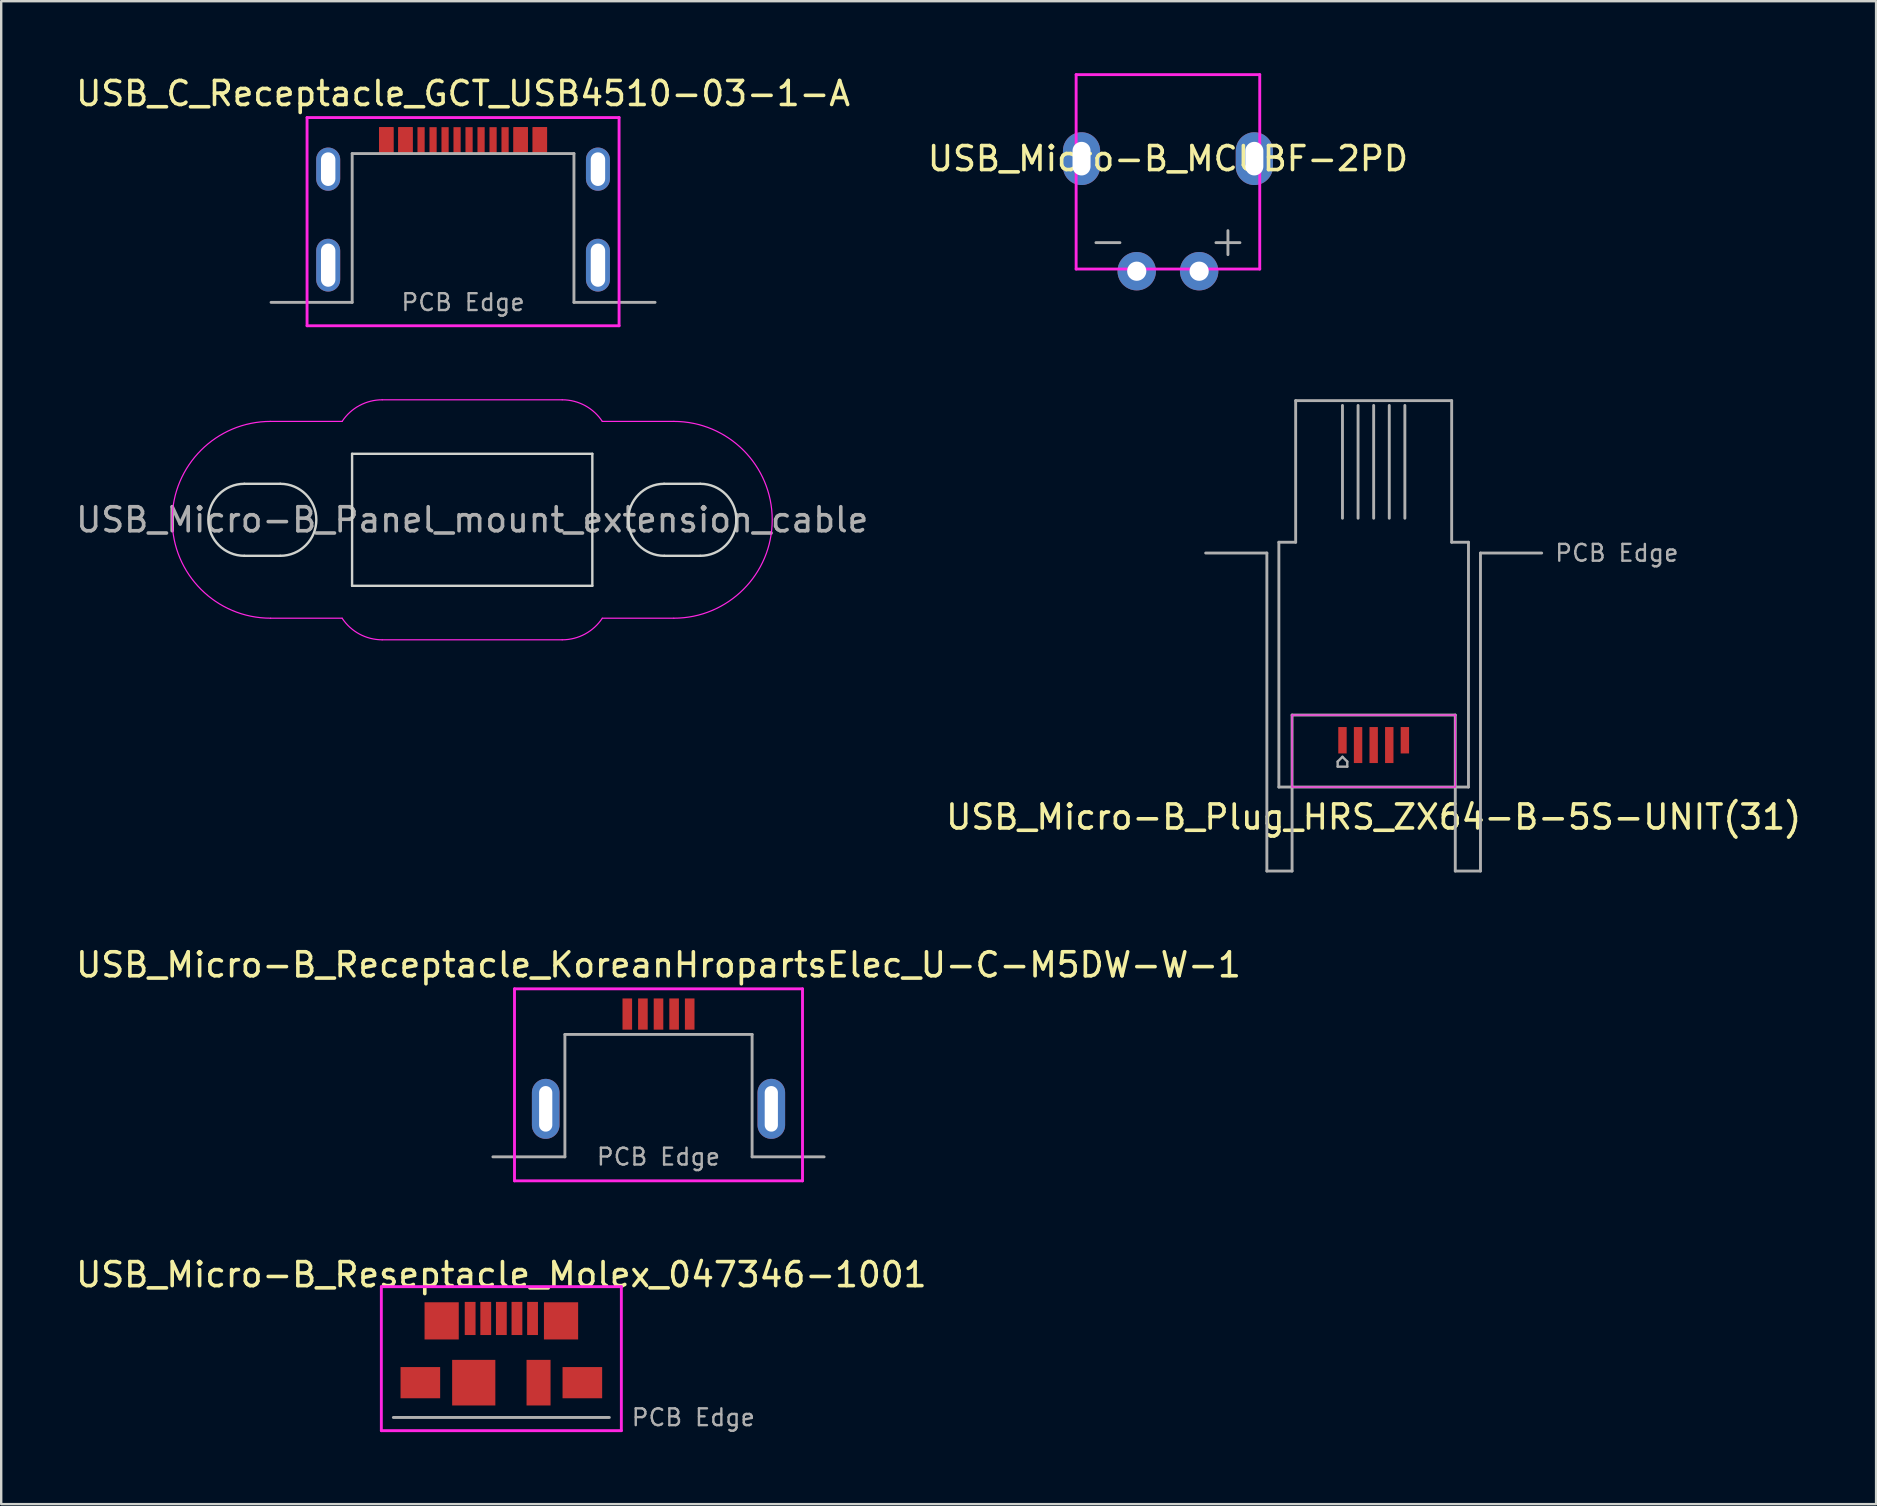
<source format=kicad_pcb>
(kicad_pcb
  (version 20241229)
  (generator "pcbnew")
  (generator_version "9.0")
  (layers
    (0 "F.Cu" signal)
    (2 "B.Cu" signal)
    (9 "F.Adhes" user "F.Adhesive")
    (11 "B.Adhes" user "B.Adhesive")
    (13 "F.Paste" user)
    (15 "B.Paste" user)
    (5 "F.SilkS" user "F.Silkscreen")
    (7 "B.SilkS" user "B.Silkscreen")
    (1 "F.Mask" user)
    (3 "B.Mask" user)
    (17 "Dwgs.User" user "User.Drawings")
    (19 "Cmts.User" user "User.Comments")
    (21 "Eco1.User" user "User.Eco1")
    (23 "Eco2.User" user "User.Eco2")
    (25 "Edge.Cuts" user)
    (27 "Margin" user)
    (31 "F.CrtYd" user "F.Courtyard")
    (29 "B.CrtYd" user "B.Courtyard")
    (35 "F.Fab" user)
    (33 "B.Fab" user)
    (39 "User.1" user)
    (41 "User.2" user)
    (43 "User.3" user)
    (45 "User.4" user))
  (footprint "USB_Micro-B_Reseptacle_Molex_047346-1001"
    (layer "F.Cu")
    (at 17.839 54.56)
    (property "Reference" "USB_Micro-B_Reseptacle_Molex_047346-1001" (at 0 -4.5 0) (layer "F.SilkS") (effects (font (size 1 1) (thickness 0.15))))
    (attr through_hole)
    (fp_line (start -5 -4) (end 5 -4) (stroke (width 0.12) (type solid)) (layer "F.CrtYd"))
    (fp_line (start -5 2) (end -5 -4) (stroke (width 0.12) (type solid)) (layer "F.CrtYd"))
    (fp_line (start 5 -4) (end 5 2) (stroke (width 0.12) (type solid)) (layer "F.CrtYd"))
    (fp_line (start 5 2) (end -5 2) (stroke (width 0.12) (type solid)) (layer "F.CrtYd"))
    (fp_line (start -4.5 1.45) (end 4.5 1.45) (stroke (width 0.12) (type solid)) (layer "F.Fab"))
    (fp_text user "PCB Edge" (at 8 1.45 0) (layer "F.Fab") (effects (font (size 0.7 0.7) (thickness 0.1))))
    (pad "1" smd rect (at -1.3 -2.675) (size 0.45 1.38) (layers "F.Cu" "F.Mask" "F.Paste"))
    (pad "2" smd rect (at -0.65 -2.675) (size 0.45 1.38) (layers "F.Cu" "F.Mask" "F.Paste"))
    (pad "3" smd rect (at 0 -2.675) (size 0.45 1.38) (layers "F.Cu" "F.Mask" "F.Paste"))
    (pad "4" smd rect (at 0.65 -2.675) (size 0.45 1.38) (layers "F.Cu" "F.Mask" "F.Paste"))
    (pad "5" smd rect (at 1.3 -2.675) (size 0.45 1.38) (layers "F.Cu" "F.Mask" "F.Paste"))
    (pad "6" smd rect (at -3.375 0) (size 1.65 1.3) (layers "F.Cu" "F.Mask" "F.Paste"))
    (pad "6" smd rect (at -2.487 -2.575) (size 1.425 1.55) (layers "F.Cu" "F.Mask" "F.Paste"))
    (pad "6" smd rect (at -1.15 0) (size 1.8 1.9) (layers "F.Cu" "F.Mask" "F.Paste"))
    (pad "6" smd rect (at 1.55 0) (size 1 1.9) (layers "F.Cu" "F.Mask" "F.Paste"))
    (pad "6" smd rect (at 2.487 -2.575) (size 1.425 1.55) (layers "F.Cu" "F.Mask" "F.Paste"))
    (pad "6" smd rect (at 3.375 0) (size 1.65 1.3) (layers "F.Cu" "F.Mask" "F.Paste")))
  (footprint "USB_Micro-B_Panel_mount_extension_cable"
    (layer "F.Cu")
    (at 16.625 18.608)
    (property "Reference" "USB_Micro-B_Panel_mount_extension_cable" (at 0 0 0) (layer "F.Fab") (effects (font (size 1 1) (thickness 0.15))))
    (attr through_hole)
    (fp_line (start -7.995 -1.5) (end -9.495 -1.5) (stroke (width 0.1) (type solid)) (layer "Edge.Cuts"))
    (fp_line (start -7.995 1.5) (end -9.495 1.5) (stroke (width 0.1) (type solid)) (layer "Edge.Cuts"))
    (fp_line (start -5.005 -2.75) (end -5.005 2.75) (stroke (width 0.1) (type solid)) (layer "Edge.Cuts"))
    (fp_line (start -5.005 2.75) (end 5.005 2.75) (stroke (width 0.1) (type solid)) (layer "Edge.Cuts"))
    (fp_line (start 5.005 -2.75) (end -5.005 -2.75) (stroke (width 0.1) (type solid)) (layer "Edge.Cuts"))
    (fp_line (start 5.005 -2.75) (end 5.005 2.75) (stroke (width 0.1) (type solid)) (layer "Edge.Cuts"))
    (fp_line (start 7.995 -1.5) (end 9.505 -1.5) (stroke (width 0.1) (type solid)) (layer "Edge.Cuts"))
    (fp_line (start 9.505 1.5) (end 8.005 1.5) (stroke (width 0.1) (type solid)) (layer "Edge.Cuts"))
    (fp_arc (start -9.495 1.5) (mid -10.995 0) (end -9.495 -1.5) (stroke (width 0.1) (type solid)) (layer "Edge.Cuts"))
    (fp_arc (start -7.995 -1.5) (mid -6.495 0) (end -7.995 1.5) (stroke (width 0.1) (type solid)) (layer "Edge.Cuts"))
    (fp_arc (start 8.004999 1.500032) (mid 6.504976 0.004999) (end 7.995001 -1.499999) (stroke (width 0.1) (type solid)) (layer "Edge.Cuts"))
    (fp_arc (start 9.505 -1.5) (mid 11.005 0) (end 9.505 1.5) (stroke (width 0.1) (type solid)) (layer "Edge.Cuts"))
    (fp_line (start -8.4 -4.1) (end -5.42 -4.1) (stroke (width 0.05) (type solid)) (layer "F.CrtYd"))
    (fp_line (start -8.4 4.1) (end -5.42 4.1) (stroke (width 0.05) (type solid)) (layer "F.CrtYd"))
    (fp_line (start -3.75 -5) (end 3.75 -5) (stroke (width 0.05) (type solid)) (layer "F.CrtYd"))
    (fp_line (start -3.75 5) (end 3.75 5) (stroke (width 0.05) (type solid)) (layer "F.CrtYd"))
    (fp_line (start 8.4 -4.1) (end 5.42 -4.1) (stroke (width 0.05) (type solid)) (layer "F.CrtYd"))
    (fp_line (start 8.4 4.1) (end 5.42 4.1) (stroke (width 0.05) (type solid)) (layer "F.CrtYd"))
    (fp_arc (start -8.4 4.1) (mid -12.5 0) (end -8.4 -4.1) (stroke (width 0.05) (type solid)) (layer "F.CrtYd"))
    (fp_arc (start -5.419696 -4.100961) (mid -4.698177 -4.760955) (end -3.75 -5) (stroke (width 0.05) (type solid)) (layer "F.CrtYd"))
    (fp_arc (start -3.751151 4.999999) (mid -4.69919 4.760408) (end -5.420329 4.1) (stroke (width 0.05) (type solid)) (layer "F.CrtYd"))
    (fp_arc (start 3.751151 -4.999999) (mid 4.69919 -4.760408) (end 5.420329 -4.1) (stroke (width 0.05) (type solid)) (layer "F.CrtYd"))
    (fp_arc (start 5.419696 4.100961) (mid 4.698177 4.760955) (end 3.75 5) (stroke (width 0.05) (type solid)) (layer "F.CrtYd"))
    (fp_arc (start 8.4 -4.1) (mid 12.5 0) (end 8.4 4.1) (stroke (width 0.05) (type solid)) (layer "F.CrtYd")))
  (footprint "USB_Micro-B_Receptacle_KoreanHropartsElec_U-C-M5DW-W-1"
    (layer "F.Cu")
    (at 24.387 43.151)
    (property "Reference" "USB_Micro-B_Receptacle_KoreanHropartsElec_U-C-M5DW-W-1" (at 0 -6 0) (layer "F.SilkS") (effects (font (size 1 1) (thickness 0.15))))
    (attr smd)
    (fp_line (start -6 -5) (end 6 -5) (stroke (width 0.12) (type solid)) (layer "F.CrtYd"))
    (fp_line (start -6 3) (end -6 -5) (stroke (width 0.12) (type solid)) (layer "F.CrtYd"))
    (fp_line (start 6 -5) (end 6 3) (stroke (width 0.12) (type solid)) (layer "F.CrtYd"))
    (fp_line (start 6 3) (end -6 3) (stroke (width 0.12) (type solid)) (layer "F.CrtYd"))
    (fp_line (start -6.9 2) (end -3.9 2) (stroke (width 0.12) (type solid)) (layer "F.Fab"))
    (fp_line (start -3.9 -3.1) (end 3.9 -3.1) (stroke (width 0.12) (type solid)) (layer "F.Fab"))
    (fp_line (start -3.9 2) (end -3.9 -3.1) (stroke (width 0.12) (type solid)) (layer "F.Fab"))
    (fp_line (start 3.9 2) (end 3.9 -3.1) (stroke (width 0.12) (type solid)) (layer "F.Fab"))
    (fp_line (start 6.9 2) (end 3.9 2) (stroke (width 0.12) (type solid)) (layer "F.Fab"))
    (fp_text user "PCB Edge" (at 0 2 0) (layer "F.Fab") (effects (font (size 0.7 0.7) (thickness 0.1))))
    (pad "1" smd rect (at -1.3 -3.95) (size 0.4 1.3) (layers "F.Cu" "F.Mask" "F.Paste"))
    (pad "2" smd rect (at -0.65 -3.95) (size 0.4 1.3) (layers "F.Cu" "F.Mask" "F.Paste"))
    (pad "3" smd rect (at 0 -3.95) (size 0.4 1.3) (layers "F.Cu" "F.Mask" "F.Paste"))
    (pad "4" smd rect (at 0.65 -3.95) (size 0.4 1.3) (layers "F.Cu" "F.Mask" "F.Paste"))
    (pad "5" smd rect (at 1.3 -3.95) (size 0.4 1.3) (layers "F.Cu" "F.Mask" "F.Paste"))
    (pad "6" thru_hole oval (at -4.7 0) (size 1.15 2.5) (drill oval 0.55 1.9) (layers "*.Cu" "*.Mask"))
    (pad "6" thru_hole oval (at 4.7 0) (size 1.15 2.5) (drill oval 0.55 1.9) (layers "*.Cu" "*.Mask")))
  (footprint "USB_Micro-B_Plug_HRS_ZX64-B-5S-UNIT(31)"
    (layer "F.Cu")
    (at 54.185 27.993)
    (property "Reference" "USB_Micro-B_Plug_HRS_ZX64-B-5S-UNIT(31)" (at 0 3 0) (layer "F.SilkS") (effects (font (size 1 1) (thickness 0.15))))
    (attr smd)
    (fp_line (start -3.4 -1.25) (end 3.4 -1.25) (stroke (width 0.05) (type solid)) (layer "F.CrtYd"))
    (fp_line (start -3.4 1.75) (end -3.4 -1.25) (stroke (width 0.05) (type solid)) (layer "F.CrtYd"))
    (fp_line (start -3.4 1.75) (end 3.4 1.75) (stroke (width 0.05) (type solid)) (layer "F.CrtYd"))
    (fp_line (start 3.4 -1.25) (end 3.4 1.75) (stroke (width 0.05) (type solid)) (layer "F.CrtYd"))
    (fp_line (start -7 -8) (end -4.45 -8) (stroke (width 0.12) (type solid)) (layer "F.Fab"))
    (fp_line (start -4.45 -8) (end -4.45 5.25) (stroke (width 0.12) (type solid)) (layer "F.Fab"))
    (fp_line (start -4.45 5.25) (end -3.4 5.25) (stroke (width 0.12) (type solid)) (layer "F.Fab"))
    (fp_line (start -3.95 -8.45) (end -3.25 -8.45) (stroke (width 0.12) (type solid)) (layer "F.Fab"))
    (fp_line (start -3.95 1.75) (end -3.95 -8.45) (stroke (width 0.12) (type solid)) (layer "F.Fab"))
    (fp_line (start -3.95 1.75) (end 3.95 1.75) (stroke (width 0.12) (type solid)) (layer "F.Fab"))
    (fp_line (start -3.4 -1.25) (end 3.4 -1.25) (stroke (width 0.12) (type solid)) (layer "F.Fab"))
    (fp_line (start -3.4 5.25) (end -3.4 -1.25) (stroke (width 0.12) (type solid)) (layer "F.Fab"))
    (fp_line (start -3.25 -14.35) (end 3.25 -14.35) (stroke (width 0.12) (type solid)) (layer "F.Fab"))
    (fp_line (start -3.25 -8.45) (end -3.25 -14.35) (stroke (width 0.12) (type solid)) (layer "F.Fab"))
    (fp_line (start -1.5 0.69) (end -1.3 0.49) (stroke (width 0.1) (type solid)) (layer "F.Fab"))
    (fp_line (start -1.5 0.9) (end -1.5 0.69) (stroke (width 0.1) (type solid)) (layer "F.Fab"))
    (fp_line (start -1.3 -9.45) (end -1.3 -14.15) (stroke (width 0.12) (type solid)) (layer "F.Fab"))
    (fp_line (start -1.3 0.49) (end -1.1 0.69) (stroke (width 0.1) (type solid)) (layer "F.Fab"))
    (fp_line (start -1.1 0.9) (end -1.5 0.9) (stroke (width 0.1) (type solid)) (layer "F.Fab"))
    (fp_line (start -1.1 0.9) (end -1.1 0.69) (stroke (width 0.1) (type solid)) (layer "F.Fab"))
    (fp_line (start -0.65 -9.45) (end -0.65 -14.15) (stroke (width 0.12) (type solid)) (layer "F.Fab"))
    (fp_line (start 0 -9.45) (end 0 -14.15) (stroke (width 0.12) (type solid)) (layer "F.Fab"))
    (fp_line (start 0.65 -9.45) (end 0.65 -14.15) (stroke (width 0.12) (type solid)) (layer "F.Fab"))
    (fp_line (start 1.3 -9.45) (end 1.3 -14.15) (stroke (width 0.12) (type solid)) (layer "F.Fab"))
    (fp_line (start 3.25 -8.45) (end 3.25 -14.35) (stroke (width 0.12) (type solid)) (layer "F.Fab"))
    (fp_line (start 3.25 -8.45) (end 3.95 -8.45) (stroke (width 0.12) (type solid)) (layer "F.Fab"))
    (fp_line (start 3.4 -1.25) (end 3.4 5.25) (stroke (width 0.12) (type solid)) (layer "F.Fab"))
    (fp_line (start 3.4 5.25) (end 4.45 5.25) (stroke (width 0.12) (type solid)) (layer "F.Fab"))
    (fp_line (start 3.95 1.75) (end 3.95 -8.45) (stroke (width 0.12) (type solid)) (layer "F.Fab"))
    (fp_line (start 4.45 -8) (end 7 -8) (stroke (width 0.12) (type solid)) (layer "F.Fab"))
    (fp_line (start 4.45 5.25) (end 4.45 -8) (stroke (width 0.12) (type solid)) (layer "F.Fab"))
    (fp_text user "PCB Edge" (at 7.5 -8 0) (layer "F.Fab") (effects (font (size 0.7 0.7) (thickness 0.1)) (justify left)))
    (pad "1" smd rect (at -1.3 -0.2 180) (size 0.35 1.1) (layers "F.Cu" "F.Mask" "F.Paste"))
    (pad "2" smd rect (at -0.65 0 180) (size 0.35 1.5) (layers "F.Cu" "F.Mask" "F.Paste"))
    (pad "3" smd rect (at 0 0 180) (size 0.35 1.5) (layers "F.Cu" "F.Mask" "F.Paste"))
    (pad "4" smd rect (at 0.65 0 180) (size 0.35 1.5) (layers "F.Cu" "F.Mask" "F.Paste"))
    (pad "5" smd rect (at 1.3 -0.2 180) (size 0.35 1.1) (layers "F.Cu" "F.Mask" "F.Paste")))
  (footprint "USB_C_Receptacle_GCT_USB4510-03-1-A"
    (layer "F.Cu")
    (at 16.244 6.848)
    (property "Reference" "USB_C_Receptacle_GCT_USB4510-03-1-A" (at 0 -6 0) (layer "F.SilkS") (effects (font (size 1 1) (thickness 0.15))))
    (attr smd)
    (fp_line (start -6.5 -5) (end -6.5 3.675) (stroke (width 0.12) (type solid)) (layer "F.CrtYd"))
    (fp_line (start -6.5 -5) (end 6.5 -5) (stroke (width 0.12) (type solid)) (layer "F.CrtYd"))
    (fp_line (start -6.5 3.675) (end 6.5 3.675) (stroke (width 0.12) (type solid)) (layer "F.CrtYd"))
    (fp_line (start 6.5 3.675) (end 6.5 -5) (stroke (width 0.12) (type solid)) (layer "F.CrtYd"))
    (fp_line (start -8 2.7) (end -4.62 2.7) (stroke (width 0.12) (type solid)) (layer "F.Fab"))
    (fp_line (start -4.62 -3.5) (end 4.62 -3.5) (stroke (width 0.12) (type solid)) (layer "F.Fab"))
    (fp_line (start -4.62 2.7) (end -4.62 -3.5) (stroke (width 0.12) (type solid)) (layer "F.Fab"))
    (fp_line (start 4.62 -3.5) (end 4.62 2.7) (stroke (width 0.12) (type solid)) (layer "F.Fab"))
    (fp_line (start 4.62 2.7) (end 8 2.7) (stroke (width 0.12) (type solid)) (layer "F.Fab"))
    (fp_text user "PCB Edge" (at 0 2.7 0) (layer "F.Fab") (effects (font (size 0.7 0.7) (thickness 0.1))))
    (pad "A1" smd rect (at -3.2 -4.05) (size 0.6 1.1) (layers "F.Cu" "F.Mask" "F.Paste"))
    (pad "A4" smd rect (at -2.4 -4.05) (size 0.6 1.1) (layers "F.Cu" "F.Mask" "F.Paste"))
    (pad "A5" smd rect (at -1.25 -4.05) (size 0.3 1.1) (layers "F.Cu" "F.Mask" "F.Paste"))
    (pad "A6" smd rect (at -0.25 -4.05) (size 0.3 1.1) (layers "F.Cu" "F.Mask" "F.Paste"))
    (pad "A7" smd rect (at 0.25 -4.05) (size 0.3 1.1) (layers "F.Cu" "F.Mask" "F.Paste"))
    (pad "A8" smd rect (at 1.25 -4.05) (size 0.3 1.1) (layers "F.Cu" "F.Mask" "F.Paste"))
    (pad "A9" smd rect (at 2.4 -4.05) (size 0.6 1.1) (layers "F.Cu" "F.Mask" "F.Paste"))
    (pad "A12" smd rect (at 3.2 -4.05) (size 0.6 1.1) (layers "F.Cu" "F.Mask" "F.Paste"))
    (pad "B1" smd rect (at 3.2 -4.05) (size 0.6 1.1) (layers "F.Cu" "F.Mask" "F.Paste"))
    (pad "B4" smd rect (at 2.4 -4.05) (size 0.6 1.1) (layers "F.Cu" "F.Mask" "F.Paste"))
    (pad "B5" smd rect (at 1.75 -4.05) (size 0.3 1.1) (layers "F.Cu" "F.Mask" "F.Paste"))
    (pad "B6" smd rect (at 0.75 -4.05) (size 0.3 1.1) (layers "F.Cu" "F.Mask" "F.Paste"))
    (pad "B7" smd rect (at -0.75 -4.05) (size 0.3 1.1) (layers "F.Cu" "F.Mask" "F.Paste"))
    (pad "B8" smd rect (at -1.75 -4.05) (size 0.3 1.1) (layers "F.Cu" "F.Mask" "F.Paste"))
    (pad "B9" smd rect (at -2.4 -4.05) (size 0.6 1.1) (layers "F.Cu" "F.Mask" "F.Paste"))
    (pad "B12" smd rect (at -3.2 -4.05) (size 0.6 1.1) (layers "F.Cu" "F.Mask" "F.Paste"))
    (pad "S1" thru_hole oval (at -5.62 -2.85) (size 1 1.8) (drill oval 0.6 1.4) (layers "*.Cu" "*.Mask"))
    (pad "S1" thru_hole oval (at -5.62 1.15) (size 1 2.2) (drill oval 0.6 1.8) (layers "*.Cu" "*.Mask"))
    (pad "S1" thru_hole oval (at 5.62 -2.85) (size 1 1.8) (drill oval 0.6 1.4) (layers "*.Cu" "*.Mask"))
    (pad "S1" thru_hole oval (at 5.62 1.15) (size 1 2.2) (drill oval 0.6 1.8) (layers "*.Cu" "*.Mask")))
  (footprint "USB_Micro-B_MCUBF-2PD"
    (layer "F.Cu")
    (at 45.613 3.56)
    (property "Reference" "USB_Micro-B_MCUBF-2PD" (at 0 0 0) (layer "F.SilkS") (effects (font (size 1 1) (thickness 0.15))))
    (attr through_hole)
    (fp_line (start -3.825 -3.5) (end -3.825 4.6) (stroke (width 0.12) (type solid)) (layer "F.CrtYd"))
    (fp_line (start -3.825 -3.5) (end 3.825 -3.5) (stroke (width 0.12) (type solid)) (layer "F.CrtYd"))
    (fp_line (start -3.825 4.6) (end 3.825 4.6) (stroke (width 0.12) (type solid)) (layer "F.CrtYd"))
    (fp_line (start 3.825 4.6) (end 3.825 -3.5) (stroke (width 0.12) (type solid)) (layer "F.CrtYd"))
    (fp_line (start -3 3.5) (end -2 3.5) (stroke (width 0.12) (type solid)) (layer "F.Fab"))
    (fp_line (start 2 3.5) (end 3 3.5) (stroke (width 0.12) (type solid)) (layer "F.Fab"))
    (fp_line (start 2.5 3) (end 2.5 4) (stroke (width 0.12) (type solid)) (layer "F.Fab"))
    (pad "" thru_hole oval (at -3.6 0) (size 1.55 2.2) (drill oval 0.75 1.4) (layers "*.Cu" "*.Mask"))
    (pad "" thru_hole oval (at 3.6 0 180) (size 1.55 2.2) (drill oval 0.75 1.4) (layers "*.Cu" "*.Mask"))
    (pad "1" thru_hole circle (at 1.3 4.69) (size 1.6 1.6) (drill 0.8) (layers "*.Cu" "*.Mask"))
    (pad "2" thru_hole circle (at -1.3 4.69) (size 1.6 1.6) (drill 0.8) (layers "*.Cu" "*.Mask")))
  (gr_rect
    (start -3 -3)
    (end 75.119 59.62)
    (stroke (width 0.1) (type default))
    (fill no)
    (layer "Edge.Cuts")))
</source>
